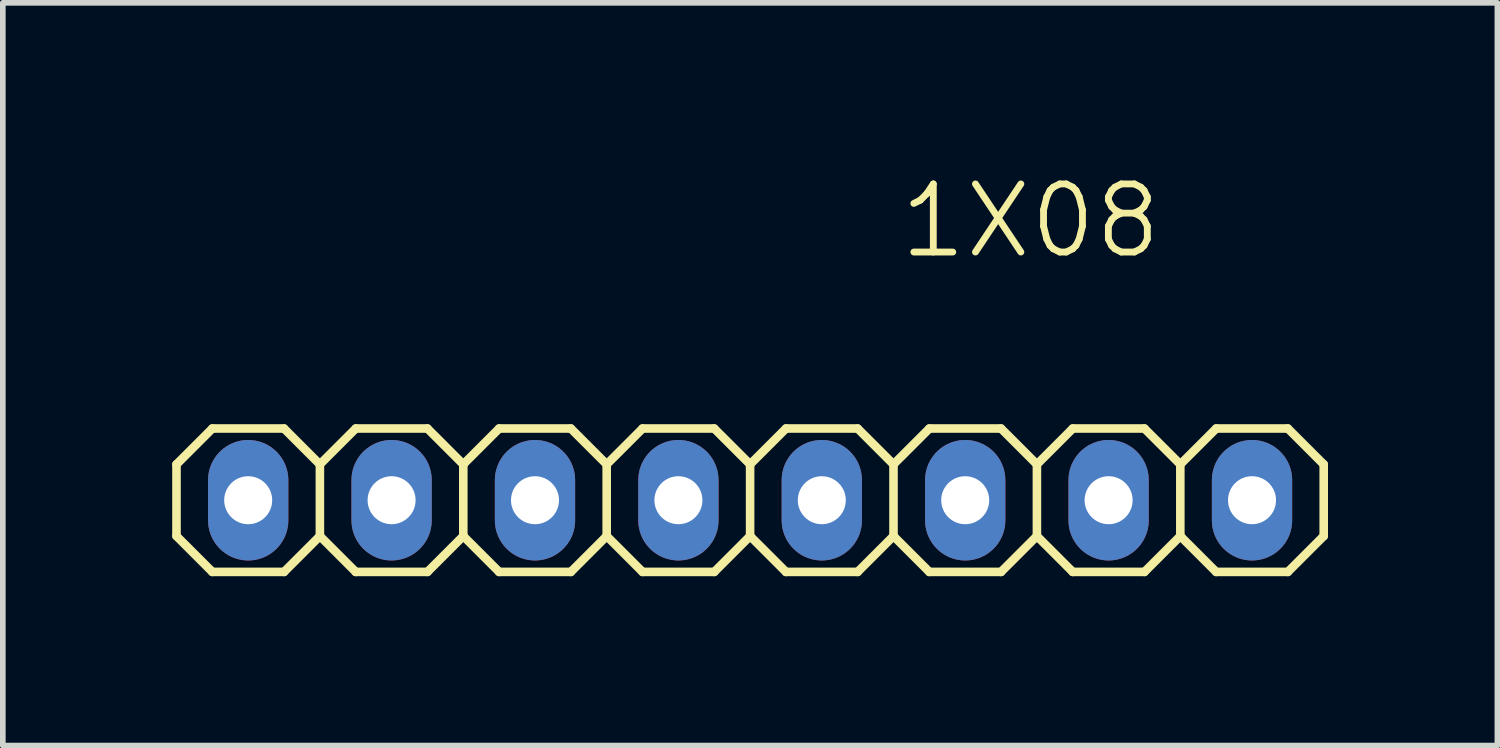
<source format=kicad_pcb>
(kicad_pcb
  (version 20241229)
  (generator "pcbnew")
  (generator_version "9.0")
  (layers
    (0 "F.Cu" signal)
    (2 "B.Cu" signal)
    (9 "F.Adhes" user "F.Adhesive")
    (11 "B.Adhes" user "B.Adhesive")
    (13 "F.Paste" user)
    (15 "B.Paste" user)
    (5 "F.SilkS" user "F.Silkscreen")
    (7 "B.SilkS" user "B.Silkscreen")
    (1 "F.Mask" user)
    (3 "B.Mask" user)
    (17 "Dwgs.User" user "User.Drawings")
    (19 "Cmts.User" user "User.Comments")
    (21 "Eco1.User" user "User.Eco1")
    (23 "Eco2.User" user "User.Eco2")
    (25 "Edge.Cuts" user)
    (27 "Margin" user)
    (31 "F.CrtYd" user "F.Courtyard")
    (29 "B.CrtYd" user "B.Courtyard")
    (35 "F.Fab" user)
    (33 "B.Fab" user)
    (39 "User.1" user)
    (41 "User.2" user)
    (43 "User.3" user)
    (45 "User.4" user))
  (footprint "1X08"
    (layer "F.Cu")
    (at 10.236 5.81)
    (property "Reference" "1X08" (at 2.591 -4.242 0) (layer "F.SilkS") (effects (font (size 1.206 1.206) (thickness 0.121)) (justify left bottom)))
    (attr through_hole)
    (fp_line (start -10.16 -0.635) (end -10.16 0.635) (stroke (width 0.152) (type solid)) (layer "F.SilkS"))
    (fp_line (start -10.16 0.635) (end -9.525 1.27) (stroke (width 0.152) (type solid)) (layer "F.SilkS"))
    (fp_line (start -9.525 -1.27) (end -10.16 -0.635) (stroke (width 0.152) (type solid)) (layer "F.SilkS"))
    (fp_line (start -9.525 -1.27) (end -8.255 -1.27) (stroke (width 0.152) (type solid)) (layer "F.SilkS"))
    (fp_line (start -8.255 -1.27) (end -7.62 -0.635) (stroke (width 0.152) (type solid)) (layer "F.SilkS"))
    (fp_line (start -8.255 1.27) (end -9.525 1.27) (stroke (width 0.152) (type solid)) (layer "F.SilkS"))
    (fp_line (start -7.62 -0.635) (end -7.62 0.635) (stroke (width 0.152) (type solid)) (layer "F.SilkS"))
    (fp_line (start -7.62 -0.635) (end -6.985 -1.27) (stroke (width 0.152) (type solid)) (layer "F.SilkS"))
    (fp_line (start -7.62 0.635) (end -8.255 1.27) (stroke (width 0.152) (type solid)) (layer "F.SilkS"))
    (fp_line (start -6.985 -1.27) (end -5.715 -1.27) (stroke (width 0.152) (type solid)) (layer "F.SilkS"))
    (fp_line (start -6.985 1.27) (end -7.62 0.635) (stroke (width 0.152) (type solid)) (layer "F.SilkS"))
    (fp_line (start -5.715 -1.27) (end -5.08 -0.635) (stroke (width 0.152) (type solid)) (layer "F.SilkS"))
    (fp_line (start -5.715 1.27) (end -6.985 1.27) (stroke (width 0.152) (type solid)) (layer "F.SilkS"))
    (fp_line (start -5.08 -0.635) (end -5.08 0.635) (stroke (width 0.152) (type solid)) (layer "F.SilkS"))
    (fp_line (start -5.08 -0.635) (end -4.445 -1.27) (stroke (width 0.152) (type solid)) (layer "F.SilkS"))
    (fp_line (start -5.08 0.635) (end -5.715 1.27) (stroke (width 0.152) (type solid)) (layer "F.SilkS"))
    (fp_line (start -4.445 -1.27) (end -3.175 -1.27) (stroke (width 0.152) (type solid)) (layer "F.SilkS"))
    (fp_line (start -4.445 1.27) (end -5.08 0.635) (stroke (width 0.152) (type solid)) (layer "F.SilkS"))
    (fp_line (start -3.175 -1.27) (end -2.54 -0.635) (stroke (width 0.152) (type solid)) (layer "F.SilkS"))
    (fp_line (start -3.175 1.27) (end -4.445 1.27) (stroke (width 0.152) (type solid)) (layer "F.SilkS"))
    (fp_line (start -2.54 -0.635) (end -2.54 0.635) (stroke (width 0.152) (type solid)) (layer "F.SilkS"))
    (fp_line (start -2.54 0.635) (end -3.175 1.27) (stroke (width 0.152) (type solid)) (layer "F.SilkS"))
    (fp_line (start -2.54 0.635) (end -1.905 1.27) (stroke (width 0.152) (type solid)) (layer "F.SilkS"))
    (fp_line (start -1.905 -1.27) (end -2.54 -0.635) (stroke (width 0.152) (type solid)) (layer "F.SilkS"))
    (fp_line (start -1.905 -1.27) (end -0.635 -1.27) (stroke (width 0.152) (type solid)) (layer "F.SilkS"))
    (fp_line (start -0.635 -1.27) (end 0 -0.635) (stroke (width 0.152) (type solid)) (layer "F.SilkS"))
    (fp_line (start -0.635 1.27) (end -1.905 1.27) (stroke (width 0.152) (type solid)) (layer "F.SilkS"))
    (fp_line (start 0 -0.635) (end 0 0.635) (stroke (width 0.152) (type solid)) (layer "F.SilkS"))
    (fp_line (start 0 -0.635) (end 0.635 -1.27) (stroke (width 0.152) (type solid)) (layer "F.SilkS"))
    (fp_line (start 0 0.635) (end -0.635 1.27) (stroke (width 0.152) (type solid)) (layer "F.SilkS"))
    (fp_line (start 0.635 -1.27) (end 1.905 -1.27) (stroke (width 0.152) (type solid)) (layer "F.SilkS"))
    (fp_line (start 0.635 1.27) (end 0 0.635) (stroke (width 0.152) (type solid)) (layer "F.SilkS"))
    (fp_line (start 1.905 -1.27) (end 2.54 -0.635) (stroke (width 0.152) (type solid)) (layer "F.SilkS"))
    (fp_line (start 1.905 1.27) (end 0.635 1.27) (stroke (width 0.152) (type solid)) (layer "F.SilkS"))
    (fp_line (start 2.54 -0.635) (end 2.54 0.635) (stroke (width 0.152) (type solid)) (layer "F.SilkS"))
    (fp_line (start 2.54 -0.635) (end 3.175 -1.27) (stroke (width 0.152) (type solid)) (layer "F.SilkS"))
    (fp_line (start 2.54 0.635) (end 1.905 1.27) (stroke (width 0.152) (type solid)) (layer "F.SilkS"))
    (fp_line (start 3.175 -1.27) (end 4.445 -1.27) (stroke (width 0.152) (type solid)) (layer "F.SilkS"))
    (fp_line (start 3.175 1.27) (end 2.54 0.635) (stroke (width 0.152) (type solid)) (layer "F.SilkS"))
    (fp_line (start 4.445 -1.27) (end 5.08 -0.635) (stroke (width 0.152) (type solid)) (layer "F.SilkS"))
    (fp_line (start 4.445 1.27) (end 3.175 1.27) (stroke (width 0.152) (type solid)) (layer "F.SilkS"))
    (fp_line (start 5.08 -0.635) (end 5.08 0.635) (stroke (width 0.152) (type solid)) (layer "F.SilkS"))
    (fp_line (start 5.08 0.635) (end 4.445 1.27) (stroke (width 0.152) (type solid)) (layer "F.SilkS"))
    (fp_line (start 5.08 0.635) (end 5.715 1.27) (stroke (width 0.152) (type solid)) (layer "F.SilkS"))
    (fp_line (start 5.715 -1.27) (end 5.08 -0.635) (stroke (width 0.152) (type solid)) (layer "F.SilkS"))
    (fp_line (start 5.715 -1.27) (end 6.985 -1.27) (stroke (width 0.152) (type solid)) (layer "F.SilkS"))
    (fp_line (start 6.985 -1.27) (end 7.62 -0.635) (stroke (width 0.152) (type solid)) (layer "F.SilkS"))
    (fp_line (start 6.985 1.27) (end 5.715 1.27) (stroke (width 0.152) (type solid)) (layer "F.SilkS"))
    (fp_line (start 7.62 -0.635) (end 7.62 0.635) (stroke (width 0.152) (type solid)) (layer "F.SilkS"))
    (fp_line (start 7.62 0.635) (end 6.985 1.27) (stroke (width 0.152) (type solid)) (layer "F.SilkS"))
    (fp_line (start 7.62 0.635) (end 8.255 1.27) (stroke (width 0.152) (type solid)) (layer "F.SilkS"))
    (fp_line (start 8.255 -1.27) (end 7.62 -0.635) (stroke (width 0.152) (type solid)) (layer "F.SilkS"))
    (fp_line (start 8.255 -1.27) (end 9.525 -1.27) (stroke (width 0.152) (type solid)) (layer "F.SilkS"))
    (fp_line (start 9.525 -1.27) (end 10.16 -0.635) (stroke (width 0.152) (type solid)) (layer "F.SilkS"))
    (fp_line (start 9.525 1.27) (end 8.255 1.27) (stroke (width 0.152) (type solid)) (layer "F.SilkS"))
    (fp_line (start 10.16 -0.635) (end 10.16 0.635) (stroke (width 0.152) (type solid)) (layer "F.SilkS"))
    (fp_line (start 10.16 0.635) (end 9.525 1.27) (stroke (width 0.152) (type solid)) (layer "F.SilkS"))
    (fp_poly (pts (xy -9.144 0.254) (xy -8.636 0.254) (xy -8.636 -0.254) (xy -9.144 -0.254)) (stroke (width 0.1) (type solid)) (fill no) (layer "F.Fab"))
    (fp_poly (pts (xy -6.604 0.254) (xy -6.096 0.254) (xy -6.096 -0.254) (xy -6.604 -0.254)) (stroke (width 0.1) (type solid)) (fill no) (layer "F.Fab"))
    (fp_poly (pts (xy -4.064 0.254) (xy -3.556 0.254) (xy -3.556 -0.254) (xy -4.064 -0.254)) (stroke (width 0.1) (type solid)) (fill no) (layer "F.Fab"))
    (fp_poly (pts (xy -1.524 0.254) (xy -1.016 0.254) (xy -1.016 -0.254) (xy -1.524 -0.254)) (stroke (width 0.1) (type solid)) (fill no) (layer "F.Fab"))
    (fp_poly (pts (xy 1.016 0.254) (xy 1.524 0.254) (xy 1.524 -0.254) (xy 1.016 -0.254)) (stroke (width 0.1) (type solid)) (fill no) (layer "F.Fab"))
    (fp_poly (pts (xy 3.556 0.254) (xy 4.064 0.254) (xy 4.064 -0.254) (xy 3.556 -0.254)) (stroke (width 0.1) (type solid)) (fill no) (layer "F.Fab"))
    (fp_poly (pts (xy 6.096 0.254) (xy 6.604 0.254) (xy 6.604 -0.254) (xy 6.096 -0.254)) (stroke (width 0.1) (type solid)) (fill no) (layer "F.Fab"))
    (fp_poly (pts (xy 8.636 0.254) (xy 9.144 0.254) (xy 9.144 -0.254) (xy 8.636 -0.254)) (stroke (width 0.1) (type solid)) (fill no) (layer "F.Fab"))
    (pad "1" thru_hole oval (at -8.89 0 90) (size 2.134 1.422) (drill 0.85) (layers "*.Cu" "*.Mask"))
    (pad "2" thru_hole oval (at -6.35 0 90) (size 2.134 1.422) (drill 0.85) (layers "*.Cu" "*.Mask"))
    (pad "3" thru_hole oval (at -3.81 0 90) (size 2.134 1.422) (drill 0.85) (layers "*.Cu" "*.Mask"))
    (pad "4" thru_hole oval (at -1.27 0 90) (size 2.134 1.422) (drill 0.85) (layers "*.Cu" "*.Mask"))
    (pad "5" thru_hole oval (at 1.27 0 90) (size 2.134 1.422) (drill 0.85) (layers "*.Cu" "*.Mask"))
    (pad "6" thru_hole oval (at 3.81 0 90) (size 2.134 1.422) (drill 0.85) (layers "*.Cu" "*.Mask"))
    (pad "7" thru_hole oval (at 6.35 0 90) (size 2.134 1.422) (drill 0.85) (layers "*.Cu" "*.Mask"))
    (pad "8" thru_hole oval (at 8.89 0 90) (size 2.134 1.422) (drill 0.85) (layers "*.Cu" "*.Mask")))
  (gr_rect
    (start -3 -3)
    (end 23.472 10.156)
    (stroke (width 0.1) (type default))
    (fill no)
    (layer "Edge.Cuts")))
</source>
